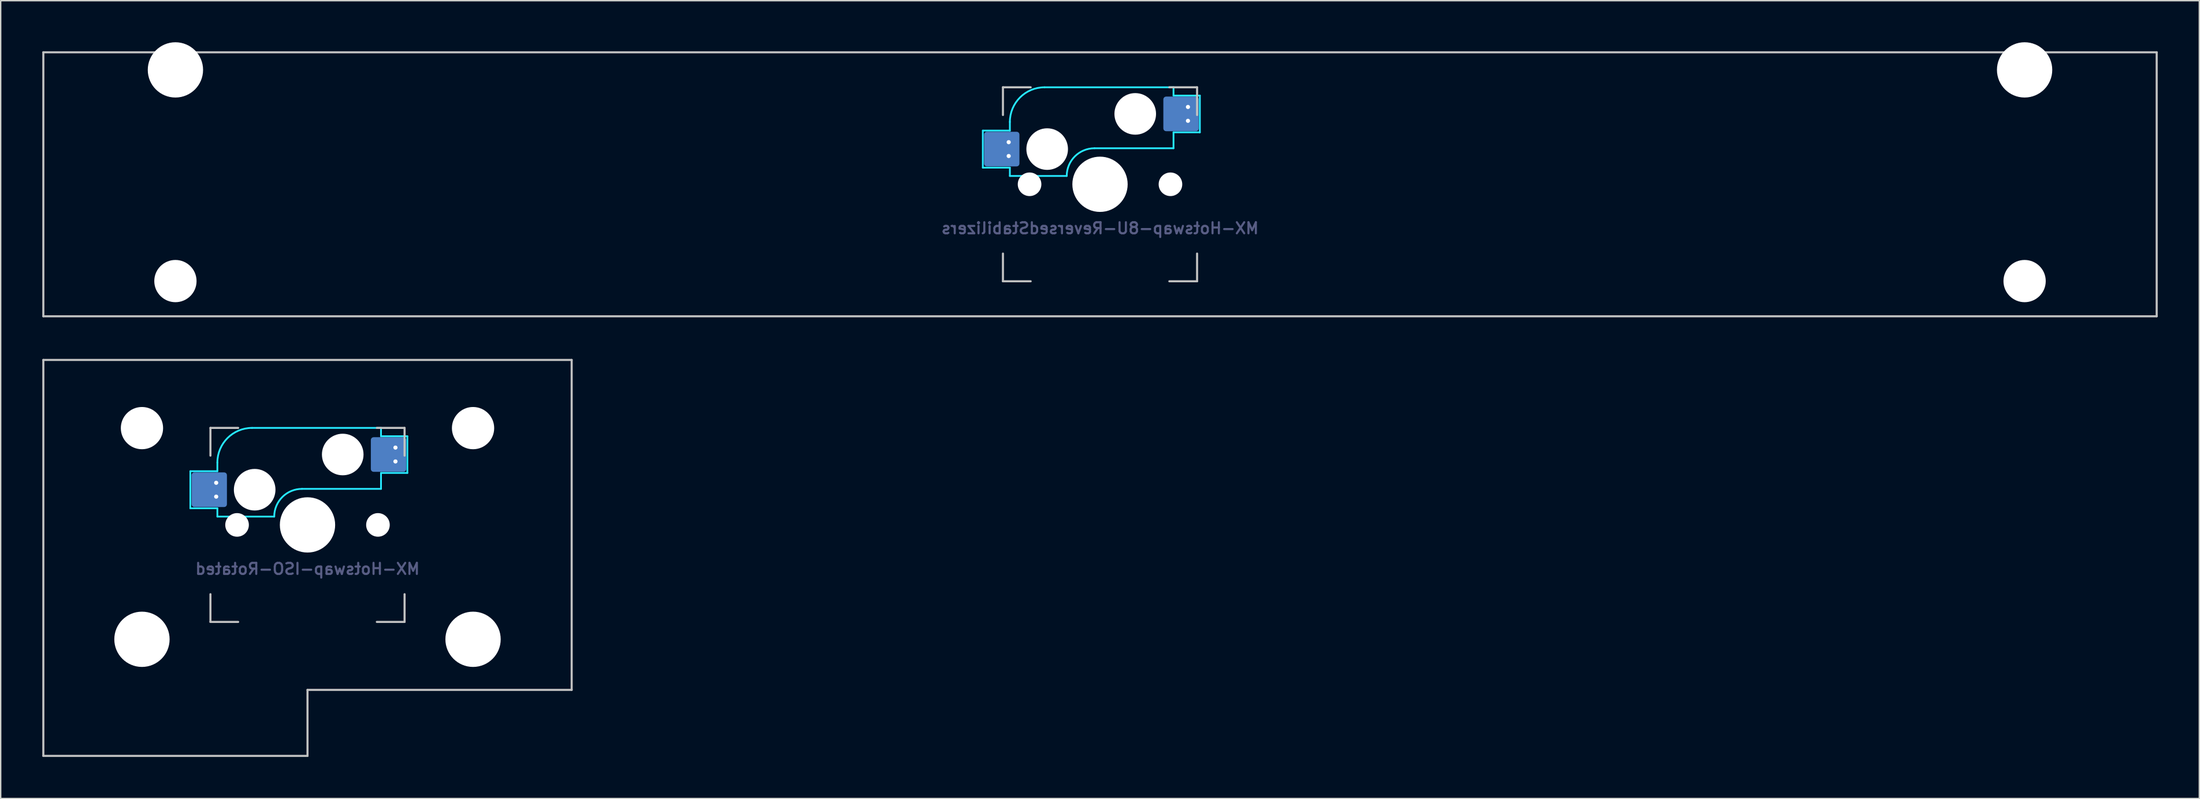
<source format=kicad_pcb>
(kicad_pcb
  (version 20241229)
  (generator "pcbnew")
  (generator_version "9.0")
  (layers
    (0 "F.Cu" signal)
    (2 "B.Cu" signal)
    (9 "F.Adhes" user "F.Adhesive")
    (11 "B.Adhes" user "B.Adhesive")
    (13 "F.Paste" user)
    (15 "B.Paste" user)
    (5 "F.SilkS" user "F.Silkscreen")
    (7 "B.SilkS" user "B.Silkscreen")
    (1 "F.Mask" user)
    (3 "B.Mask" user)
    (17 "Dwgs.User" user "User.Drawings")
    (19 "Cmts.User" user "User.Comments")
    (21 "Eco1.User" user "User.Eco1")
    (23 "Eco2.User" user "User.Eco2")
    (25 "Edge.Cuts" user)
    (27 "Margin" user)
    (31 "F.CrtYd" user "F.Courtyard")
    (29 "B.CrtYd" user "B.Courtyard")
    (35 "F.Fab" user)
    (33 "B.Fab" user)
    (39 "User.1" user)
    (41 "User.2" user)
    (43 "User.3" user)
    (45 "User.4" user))
  (footprint "MX-Hotswap-8U-ReversedStabilizers"
    (layer "F.Cu")
    (at 76.275 10.249)
    (property "Reference" "MX-Hotswap-8U-ReversedStabilizers" (at 0 3.175 0) (layer "B.Fab") (effects (font (size 0.8 0.8) (thickness 0.15)) (justify mirror)))
    (attr smd)
    (fp_line (start -76.2 9.525) (end -76.2 -9.525) (stroke (width 0.15) (type solid)) (layer "Dwgs.User"))
    (fp_line (start -7 -7) (end -7 -5) (stroke (width 0.15) (type solid)) (layer "Dwgs.User"))
    (fp_line (start -7 5) (end -7 7) (stroke (width 0.15) (type solid)) (layer "Dwgs.User"))
    (fp_line (start -7 7) (end -5 7) (stroke (width 0.15) (type solid)) (layer "Dwgs.User"))
    (fp_line (start -5 -7) (end -7 -7) (stroke (width 0.15) (type solid)) (layer "Dwgs.User"))
    (fp_line (start 5 -7) (end 7 -7) (stroke (width 0.15) (type solid)) (layer "Dwgs.User"))
    (fp_line (start 5 7) (end 7 7) (stroke (width 0.15) (type solid)) (layer "Dwgs.User"))
    (fp_line (start 7 -7) (end 7 -5) (stroke (width 0.15) (type solid)) (layer "Dwgs.User"))
    (fp_line (start 7 7) (end 7 5) (stroke (width 0.15) (type solid)) (layer "Dwgs.User"))
    (fp_line (start 76.2 -9.525) (end -76.2 -9.525) (stroke (width 0.15) (type solid)) (layer "Dwgs.User"))
    (fp_line (start 76.2 9.525) (end -76.2 9.525) (stroke (width 0.15) (type solid)) (layer "Dwgs.User"))
    (fp_line (start 76.2 9.525) (end 76.2 -9.525) (stroke (width 0.15) (type solid)) (layer "Dwgs.User"))
    (fp_line (start -8.45 -3.875) (end -8.45 -1.2) (stroke (width 0.127) (type solid)) (layer "B.CrtYd"))
    (fp_line (start -8.45 -1.2) (end -6.5 -1.2) (stroke (width 0.127) (type solid)) (layer "B.CrtYd"))
    (fp_line (start -6.5 -4.5) (end -6.5 -3.875) (stroke (width 0.127) (type solid)) (layer "B.CrtYd"))
    (fp_line (start -6.5 -3.875) (end -8.45 -3.875) (stroke (width 0.127) (type solid)) (layer "B.CrtYd"))
    (fp_line (start -6.5 -0.6) (end -6.5 -1.2) (stroke (width 0.127) (type solid)) (layer "B.CrtYd"))
    (fp_line (start -6.5 -0.6) (end -2.4 -0.6) (stroke (width 0.127) (type solid)) (layer "B.CrtYd"))
    (fp_line (start -0.4 -2.6) (end 5.3 -2.6) (stroke (width 0.127) (type solid)) (layer "B.CrtYd"))
    (fp_line (start 5.3 -7) (end -4 -7) (stroke (width 0.127) (type solid)) (layer "B.CrtYd"))
    (fp_line (start 5.3 -7) (end 5.3 -6.4) (stroke (width 0.127) (type solid)) (layer "B.CrtYd"))
    (fp_line (start 5.3 -6.4) (end 7.2 -6.4) (stroke (width 0.127) (type solid)) (layer "B.CrtYd"))
    (fp_line (start 5.3 -2.6) (end 5.3 -3.75) (stroke (width 0.127) (type solid)) (layer "B.CrtYd"))
    (fp_line (start 7.2 -6.4) (end 7.2 -3.75) (stroke (width 0.127) (type solid)) (layer "B.CrtYd"))
    (fp_line (start 7.2 -3.75) (end 5.3 -3.75) (stroke (width 0.127) (type solid)) (layer "B.CrtYd"))
    (fp_arc (start -6.5 -4.5) (mid -5.767767 -6.267767) (end -4 -7) (stroke (width 0.127) (type solid)) (layer "B.CrtYd"))
    (fp_arc (start -2.4 -0.6) (mid -1.814214 -2.014214) (end -0.4 -2.6) (stroke (width 0.127) (type solid)) (layer "B.CrtYd"))
    (pad "" np_thru_hole circle (at -66.675 -8.255) (size 3.988 3.988) (drill 3.988) (layers "*.Cu" "*.Mask"))
    (pad "" np_thru_hole circle (at -66.675 6.985) (size 3.048 3.048) (drill 3.048) (layers "*.Cu" "*.Mask"))
    (pad "" np_thru_hole circle (at -5.08 0 48.099) (size 1.702 1.702) (drill 1.702) (layers "*.Cu" "*.Mask"))
    (pad "" np_thru_hole circle (at -3.81 -2.54) (size 3 3) (drill 3) (layers "*.Cu" "*.Mask"))
    (pad "" np_thru_hole circle (at 0 0) (size 3.988 3.988) (drill 3.988) (layers "*.Cu" "*.Mask"))
    (pad "" np_thru_hole circle (at 2.54 -5.08) (size 3 3) (drill 3) (layers "*.Cu" "*.Mask"))
    (pad "" np_thru_hole circle (at 5.08 0 48.099) (size 1.702 1.702) (drill 1.702) (layers "*.Cu" "*.Mask"))
    (pad "" np_thru_hole circle (at 66.675 -8.255) (size 3.988 3.988) (drill 3.988) (layers "*.Cu" "*.Mask"))
    (pad "" np_thru_hole circle (at 66.675 6.985) (size 3.048 3.048) (drill 3.048) (layers "*.Cu" "*.Mask"))
    (pad "1" smd roundrect (at -7.085 -2.54) (size 2.55 2.5) (layers "B.Cu" "B.Mask" "B.Paste") (roundrect_rratio 0.08))
    (pad "1" thru_hole circle (at -6.585 -3.04) (size 0.6 0.6) (drill 0.3) (layers "*.Cu" "*.Mask"))
    (pad "1" thru_hole circle (at -6.585 -2.04) (size 0.6 0.6) (drill 0.3) (layers "*.Cu" "*.Mask"))
    (pad "2" smd roundrect (at 5.842 -5.08) (size 2.55 2.5) (layers "B.Cu" "B.Mask" "B.Paste") (roundrect_rratio 0.08))
    (pad "2" thru_hole circle (at 6.342 -5.58) (size 0.6 0.6) (drill 0.3) (layers "*.Cu" "*.Mask"))
    (pad "2" thru_hole circle (at 6.342 -4.58) (size 0.6 0.6) (drill 0.3) (layers "*.Cu" "*.Mask")))
  (footprint "MX-Hotswap-ISO-Rotated"
    (layer "F.Cu")
    (at 19.125 34.83)
    (property "Reference" "MX-Hotswap-ISO-Rotated" (at 0 3.175 0) (layer "B.Fab") (effects (font (size 0.8 0.8) (thickness 0.15)) (justify mirror)))
    (attr smd)
    (fp_line (start -19.05 -11.906) (end 19.05 -11.906) (stroke (width 0.15) (type solid)) (layer "Dwgs.User"))
    (fp_line (start -19.05 16.669) (end -19.05 -11.906) (stroke (width 0.15) (type solid)) (layer "Dwgs.User"))
    (fp_line (start -19.05 16.669) (end 0 16.669) (stroke (width 0.15) (type solid)) (layer "Dwgs.User"))
    (fp_line (start -7 -7) (end -7 -5) (stroke (width 0.15) (type solid)) (layer "Dwgs.User"))
    (fp_line (start -7 5) (end -7 7) (stroke (width 0.15) (type solid)) (layer "Dwgs.User"))
    (fp_line (start -7 7) (end -5 7) (stroke (width 0.15) (type solid)) (layer "Dwgs.User"))
    (fp_line (start -5 -7) (end -7 -7) (stroke (width 0.15) (type solid)) (layer "Dwgs.User"))
    (fp_line (start 0 11.906) (end 0 16.669) (stroke (width 0.15) (type solid)) (layer "Dwgs.User"))
    (fp_line (start 5 -7) (end 7 -7) (stroke (width 0.15) (type solid)) (layer "Dwgs.User"))
    (fp_line (start 5 7) (end 7 7) (stroke (width 0.15) (type solid)) (layer "Dwgs.User"))
    (fp_line (start 7 -7) (end 7 -5) (stroke (width 0.15) (type solid)) (layer "Dwgs.User"))
    (fp_line (start 7 7) (end 7 5) (stroke (width 0.15) (type solid)) (layer "Dwgs.User"))
    (fp_line (start 19.05 11.906) (end 0 11.906) (stroke (width 0.15) (type solid)) (layer "Dwgs.User"))
    (fp_line (start 19.05 11.906) (end 19.05 -11.906) (stroke (width 0.15) (type solid)) (layer "Dwgs.User"))
    (fp_line (start -8.45 -3.875) (end -8.45 -1.2) (stroke (width 0.127) (type solid)) (layer "B.CrtYd"))
    (fp_line (start -8.45 -1.2) (end -6.5 -1.2) (stroke (width 0.127) (type solid)) (layer "B.CrtYd"))
    (fp_line (start -6.5 -4.5) (end -6.5 -3.875) (stroke (width 0.127) (type solid)) (layer "B.CrtYd"))
    (fp_line (start -6.5 -3.875) (end -8.45 -3.875) (stroke (width 0.127) (type solid)) (layer "B.CrtYd"))
    (fp_line (start -6.5 -0.6) (end -6.5 -1.2) (stroke (width 0.127) (type solid)) (layer "B.CrtYd"))
    (fp_line (start -6.5 -0.6) (end -2.4 -0.6) (stroke (width 0.127) (type solid)) (layer "B.CrtYd"))
    (fp_line (start -0.4 -2.6) (end 5.3 -2.6) (stroke (width 0.127) (type solid)) (layer "B.CrtYd"))
    (fp_line (start 5.3 -7) (end -4 -7) (stroke (width 0.127) (type solid)) (layer "B.CrtYd"))
    (fp_line (start 5.3 -7) (end 5.3 -6.4) (stroke (width 0.127) (type solid)) (layer "B.CrtYd"))
    (fp_line (start 5.3 -6.4) (end 7.2 -6.4) (stroke (width 0.127) (type solid)) (layer "B.CrtYd"))
    (fp_line (start 5.3 -2.6) (end 5.3 -3.75) (stroke (width 0.127) (type solid)) (layer "B.CrtYd"))
    (fp_line (start 7.2 -6.4) (end 7.2 -3.75) (stroke (width 0.127) (type solid)) (layer "B.CrtYd"))
    (fp_line (start 7.2 -3.75) (end 5.3 -3.75) (stroke (width 0.127) (type solid)) (layer "B.CrtYd"))
    (fp_arc (start -6.5 -4.5) (mid -5.767767 -6.267767) (end -4 -7) (stroke (width 0.127) (type solid)) (layer "B.CrtYd"))
    (fp_arc (start -2.4 -0.6) (mid -1.814214 -2.014214) (end -0.4 -2.6) (stroke (width 0.127) (type solid)) (layer "B.CrtYd"))
    (pad "" np_thru_hole circle (at -11.938 -6.985) (size 3.048 3.048) (drill 3.048) (layers "*.Cu" "*.Mask"))
    (pad "" np_thru_hole circle (at -11.938 8.255) (size 3.988 3.988) (drill 3.988) (layers "*.Cu" "*.Mask"))
    (pad "" np_thru_hole circle (at -5.08 0 48.099) (size 1.702 1.702) (drill 1.702) (layers "*.Cu" "*.Mask"))
    (pad "" np_thru_hole circle (at -3.81 -2.54) (size 3 3) (drill 3) (layers "*.Cu" "*.Mask"))
    (pad "" np_thru_hole circle (at 0 0) (size 3.988 3.988) (drill 3.988) (layers "*.Cu" "*.Mask"))
    (pad "" np_thru_hole circle (at 2.54 -5.08) (size 3 3) (drill 3) (layers "*.Cu" "*.Mask"))
    (pad "" np_thru_hole circle (at 5.08 0 48.099) (size 1.702 1.702) (drill 1.702) (layers "*.Cu" "*.Mask"))
    (pad "" np_thru_hole circle (at 11.938 -6.985) (size 3.048 3.048) (drill 3.048) (layers "*.Cu" "*.Mask"))
    (pad "" np_thru_hole circle (at 11.938 8.255) (size 3.988 3.988) (drill 3.988) (layers "*.Cu" "*.Mask"))
    (pad "1" smd roundrect (at -7.085 -2.54) (size 2.55 2.5) (layers "B.Cu" "B.Mask" "B.Paste") (roundrect_rratio 0.08))
    (pad "1" thru_hole circle (at -6.585 -3.04) (size 0.6 0.6) (drill 0.3) (layers "*.Cu" "*.Mask"))
    (pad "1" thru_hole circle (at -6.585 -2.04) (size 0.6 0.6) (drill 0.3) (layers "*.Cu" "*.Mask"))
    (pad "2" smd roundrect (at 5.842 -5.08) (size 2.55 2.5) (layers "B.Cu" "B.Mask" "B.Paste") (roundrect_rratio 0.08))
    (pad "2" thru_hole circle (at 6.342 -5.58) (size 0.6 0.6) (drill 0.3) (layers "*.Cu" "*.Mask"))
    (pad "2" thru_hole circle (at 6.342 -4.58) (size 0.6 0.6) (drill 0.3) (layers "*.Cu" "*.Mask")))
  (gr_rect
    (start -3 -3)
    (end 155.55 54.574)
    (stroke (width 0.1) (type default))
    (fill no)
    (layer "Edge.Cuts")))
</source>
